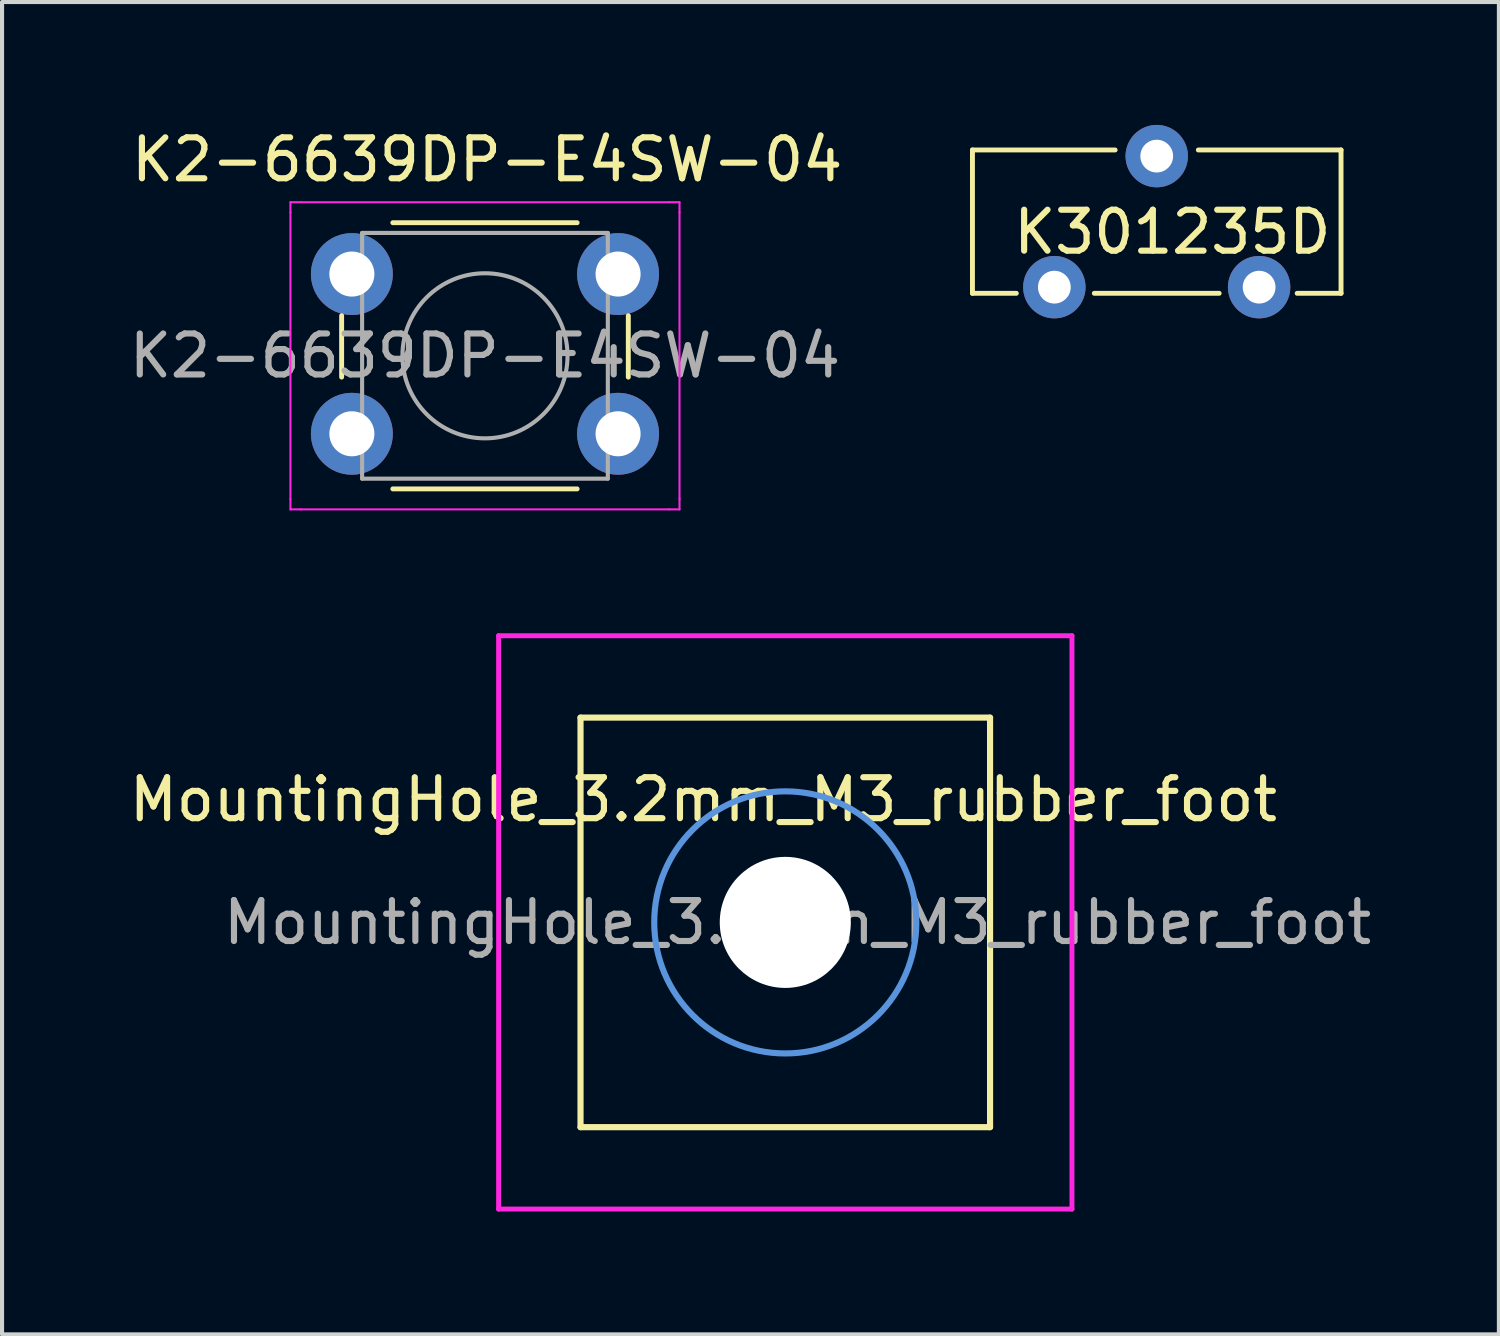
<source format=kicad_pcb>
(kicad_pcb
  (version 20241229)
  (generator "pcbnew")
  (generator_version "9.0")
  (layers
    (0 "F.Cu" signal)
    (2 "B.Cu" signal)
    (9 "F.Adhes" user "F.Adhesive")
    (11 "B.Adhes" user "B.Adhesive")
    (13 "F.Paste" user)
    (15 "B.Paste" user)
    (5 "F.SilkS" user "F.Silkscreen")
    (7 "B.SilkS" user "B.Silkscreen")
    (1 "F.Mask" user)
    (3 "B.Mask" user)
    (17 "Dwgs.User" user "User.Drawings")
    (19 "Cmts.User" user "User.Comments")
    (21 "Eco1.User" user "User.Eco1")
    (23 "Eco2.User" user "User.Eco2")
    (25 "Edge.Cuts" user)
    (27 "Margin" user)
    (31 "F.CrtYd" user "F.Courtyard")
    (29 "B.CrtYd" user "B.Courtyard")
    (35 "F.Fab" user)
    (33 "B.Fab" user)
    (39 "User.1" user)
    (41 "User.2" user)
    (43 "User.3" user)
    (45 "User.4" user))
  (footprint "K301235D"
    (layer "F.Cu")
    (at 25.195 2.362)
    (property "Reference" "K301235D" (at 0.381 0.254 0) (layer "F.SilkS") (effects (font (size 1 1) (thickness 0.15))))
    (attr through_hole)
    (fp_line (start -4.5 -1.75) (end -4.5 1.75) (stroke (width 0.12) (type solid)) (layer "F.SilkS"))
    (fp_line (start -4.5 -1.75) (end -1.016 -1.75) (stroke (width 0.12) (type solid)) (layer "F.SilkS"))
    (fp_line (start -4.5 1.75) (end -3.429 1.75) (stroke (width 0.12) (type solid)) (layer "F.SilkS"))
    (fp_line (start -1.524 1.75) (end 1.524 1.75) (stroke (width 0.12) (type solid)) (layer "F.SilkS"))
    (fp_line (start 1.016 -1.75) (end 4.5 -1.75) (stroke (width 0.12) (type solid)) (layer "F.SilkS"))
    (fp_line (start 3.429 1.75) (end 4.5 1.75) (stroke (width 0.12) (type solid)) (layer "F.SilkS"))
    (fp_line (start 4.5 -1.75) (end 4.5 1.75) (stroke (width 0.12) (type solid)) (layer "F.SilkS"))
    (pad "1" thru_hole circle (at -2.5 1.6) (size 1.524 1.524) (drill 0.8) (layers "*.Cu" "*.Mask"))
    (pad "2" thru_hole circle (at 0 -1.6) (size 1.524 1.524) (drill 0.8) (layers "*.Cu" "*.Mask"))
    (pad "3" thru_hole circle (at 2.5 1.6) (size 1.524 1.524) (drill 0.8) (layers "*.Cu" "*.Mask")))
  (footprint "MountingHole_3.2mm_M3_rubber_foot"
    (layer "F.Cu")
    (at 16.125 19.473)
    (property "Reference" "MountingHole_3.2mm_M3_rubber_foot" (at -2 -3 0) (layer "F.SilkS") (effects (font (size 1 1) (thickness 0.15))))
    (attr exclude_from_pos_files exclude_from_bom)
    (fp_line (start -5 -5) (end 5 -5) (stroke (width 0.15) (type solid)) (layer "F.SilkS"))
    (fp_line (start -5 5) (end -5 -5) (stroke (width 0.15) (type solid)) (layer "F.SilkS"))
    (fp_line (start 5 -5) (end 5 5) (stroke (width 0.15) (type solid)) (layer "F.SilkS"))
    (fp_line (start 5 5) (end -5 5) (stroke (width 0.15) (type solid)) (layer "F.SilkS"))
    (fp_circle (center 0 0) (end 3.2 0) (stroke (width 0.15) (type solid)) (fill no) (layer "Cmts.User"))
    (fp_line (start -7 -7) (end 7 -7) (stroke (width 0.12) (type solid)) (layer "F.CrtYd"))
    (fp_line (start -7 7) (end -7 -7) (stroke (width 0.12) (type solid)) (layer "F.CrtYd"))
    (fp_line (start 7 -7) (end 7 7) (stroke (width 0.12) (type solid)) (layer "F.CrtYd"))
    (fp_line (start 7 7) (end -7 7) (stroke (width 0.12) (type solid)) (layer "F.CrtYd"))
    (fp_text user "${REFERENCE}" (at 0.3 0 0) (layer "F.Fab") (effects (font (size 1 1) (thickness 0.15))))
    (pad "" np_thru_hole circle (at 0 0) (size 3.2 3.2) (drill 3.2) (layers "*.Cu" "*.Mask")))
  (footprint "K2-6639DP-E4SW-04"
    (layer "F.Cu")
    (at 5.542 3.642)
    (property "Reference" "K2-6639DP-E4SW-04" (at 3.302 -2.794 0) (layer "F.SilkS") (effects (font (size 1 1) (thickness 0.15))))
    (attr through_hole)
    (fp_line (start -0.25 1.016) (end -0.25 2.516) (stroke (width 0.12) (type solid)) (layer "F.SilkS"))
    (fp_line (start 1 5.246) (end 5.5 5.246) (stroke (width 0.12) (type solid)) (layer "F.SilkS"))
    (fp_line (start 5.5 -1.254) (end 1 -1.254) (stroke (width 0.12) (type solid)) (layer "F.SilkS"))
    (fp_line (start 6.75 2.516) (end 6.75 1.016) (stroke (width 0.12) (type solid)) (layer "F.SilkS"))
    (fp_line (start -1.5 -1.754) (end -1.25 -1.754) (stroke (width 0.05) (type solid)) (layer "F.CrtYd"))
    (fp_line (start -1.5 -1.504) (end -1.5 -1.754) (stroke (width 0.05) (type solid)) (layer "F.CrtYd"))
    (fp_line (start -1.5 5.496) (end -1.5 -1.504) (stroke (width 0.05) (type solid)) (layer "F.CrtYd"))
    (fp_line (start -1.5 5.496) (end -1.5 5.746) (stroke (width 0.05) (type solid)) (layer "F.CrtYd"))
    (fp_line (start -1.5 5.746) (end -1.25 5.746) (stroke (width 0.05) (type solid)) (layer "F.CrtYd"))
    (fp_line (start -1.25 -1.754) (end 7.75 -1.754) (stroke (width 0.05) (type solid)) (layer "F.CrtYd"))
    (fp_line (start 7.75 -1.754) (end 8 -1.754) (stroke (width 0.05) (type solid)) (layer "F.CrtYd"))
    (fp_line (start 7.75 5.746) (end -1.25 5.746) (stroke (width 0.05) (type solid)) (layer "F.CrtYd"))
    (fp_line (start 7.75 5.746) (end 8 5.746) (stroke (width 0.05) (type solid)) (layer "F.CrtYd"))
    (fp_line (start 8 -1.754) (end 8 -1.504) (stroke (width 0.05) (type solid)) (layer "F.CrtYd"))
    (fp_line (start 8 -1.504) (end 8 5.496) (stroke (width 0.05) (type solid)) (layer "F.CrtYd"))
    (fp_line (start 8 5.746) (end 8 5.496) (stroke (width 0.05) (type solid)) (layer "F.CrtYd"))
    (fp_line (start 0.25 -1.004) (end 3.25 -1.004) (stroke (width 0.1) (type solid)) (layer "F.Fab"))
    (fp_line (start 0.25 4.996) (end 0.25 -1.004) (stroke (width 0.1) (type solid)) (layer "F.Fab"))
    (fp_line (start 3.25 -1.004) (end 6.25 -1.004) (stroke (width 0.1) (type solid)) (layer "F.Fab"))
    (fp_line (start 6.25 -1.004) (end 6.25 4.996) (stroke (width 0.1) (type solid)) (layer "F.Fab"))
    (fp_line (start 6.25 4.996) (end 0.25 4.996) (stroke (width 0.1) (type solid)) (layer "F.Fab"))
    (fp_circle (center 3.25 1.996) (end 1.25 2.246) (stroke (width 0.1) (type solid)) (fill no) (layer "F.Fab"))
    (fp_text user "${REFERENCE}" (at 3.25 1.996 0) (layer "F.Fab") (effects (font (size 1 1) (thickness 0.15))))
    (pad "1" thru_hole circle (at 0 0 90) (size 2 2) (drill 1.1) (layers "*.Cu" "*.Mask"))
    (pad "2" thru_hole circle (at 6.5 0 90) (size 2 2) (drill 1.1) (layers "*.Cu" "*.Mask"))
    (pad "3" thru_hole circle (at 0 3.9 90) (size 2 2) (drill 1.1) (layers "*.Cu" "*.Mask"))
    (pad "4" thru_hole circle (at 6.5 3.9 90) (size 2 2) (drill 1.1) (layers "*.Cu" "*.Mask")))
  (gr_rect
    (start -3 -3)
    (end 33.55 29.533)
    (stroke (width 0.1) (type default))
    (fill no)
    (layer "Edge.Cuts")))
</source>
